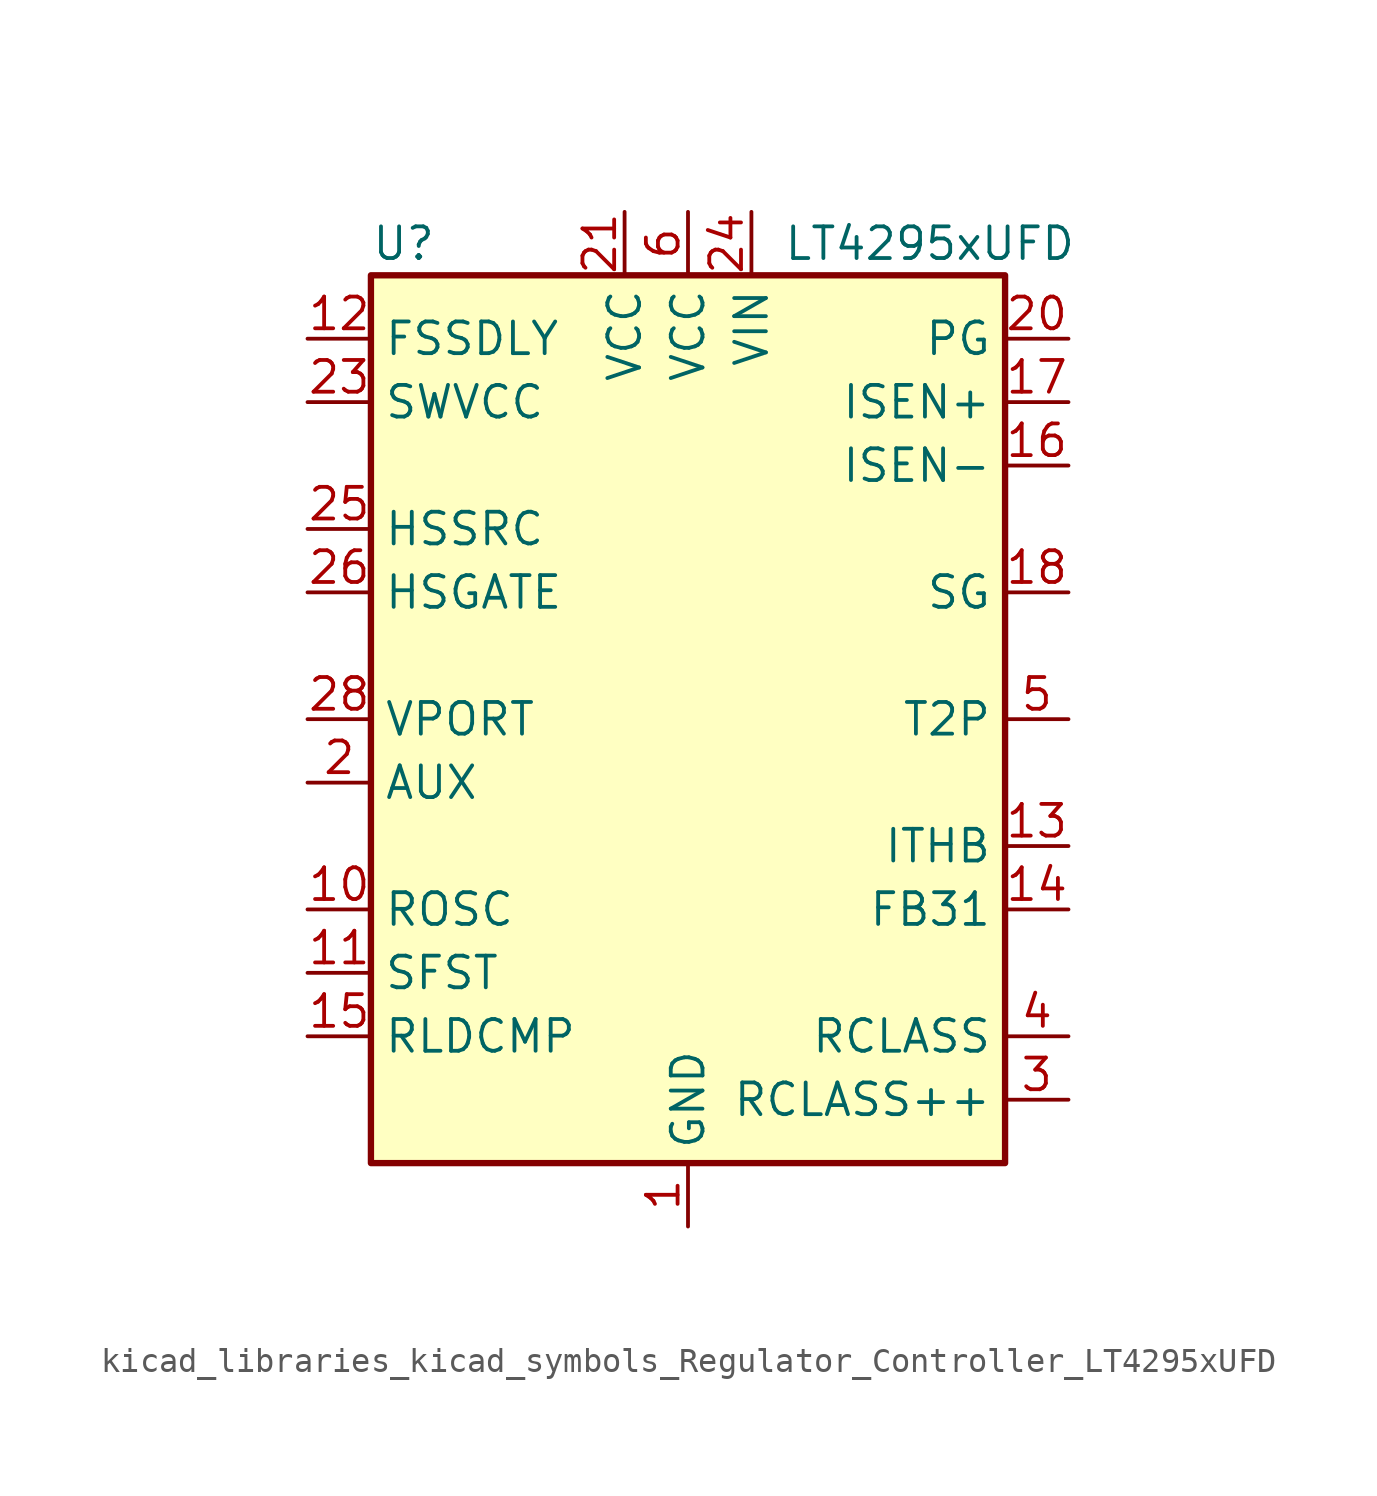
<source format=kicad_sym>
(kicad_symbol_lib
  (version 20220914)
  (generator kicad_symbol_editor)
  (symbol "kicad_libraries_kicad_symbols_Regulator_Controller_LT4295xUFD"
    (property "Reference" "U"
      (at -12.7 19.05 0)
      (effects (font (size 1.27 1.27)) (justify left)))
    (property "Value" "LT4295xUFD"
      (at 3.81 19.05 0)
      (effects (font (size 1.27 1.27)) (justify left)))
    (symbol "kicad_libraries_kicad_symbols_Regulator_Controller_LT4295xUFD_0_1"
      (rectangle (start -12.7 17.78) (end 12.7 -17.78) (stroke (width 0.254) (type default)) (fill (type background))))
    (symbol "kicad_libraries_kicad_symbols_Regulator_Controller_LT4295xUFD_1_1"
      (pin power_in line (at 0 -20.32 90) (length 2.54) (name "GND" (effects (font (size 1.27 1.27)))) (number "1" (effects (font (size 1.27 1.27)))))
      (pin passive line (at -15.24 -7.62 0) (length 2.54) (name "ROSC" (effects (font (size 1.27 1.27)))) (number "10" (effects (font (size 1.27 1.27)))))
      (pin passive line (at -15.24 -10.16 0) (length 2.54) (name "SFST" (effects (font (size 1.27 1.27)))) (number "11" (effects (font (size 1.27 1.27)))))
      (pin input line (at -15.24 15.24 0) (length 2.54) (name "FSSDLY" (effects (font (size 1.27 1.27)))) (number "12" (effects (font (size 1.27 1.27)))))
      (pin input line (at 15.24 -5.08 180) (length 2.54) (name "ITHB" (effects (font (size 1.27 1.27)))) (number "13" (effects (font (size 1.27 1.27)))))
      (pin passive line (at 15.24 -7.62 180) (length 2.54) (name "FB31" (effects (font (size 1.27 1.27)))) (number "14" (effects (font (size 1.27 1.27)))))
      (pin passive line (at -15.24 -12.7 0) (length 2.54) (name "RLDCMP" (effects (font (size 1.27 1.27)))) (number "15" (effects (font (size 1.27 1.27)))))
      (pin passive line (at 15.24 10.16 180) (length 2.54) (name "ISEN-" (effects (font (size 1.27 1.27)))) (number "16" (effects (font (size 1.27 1.27)))))
      (pin passive line (at 15.24 12.7 180) (length 2.54) (name "ISEN+" (effects (font (size 1.27 1.27)))) (number "17" (effects (font (size 1.27 1.27)))))
      (pin output line (at 15.24 5.08 180) (length 2.54) (name "SG" (effects (font (size 1.27 1.27)))) (number "18" (effects (font (size 1.27 1.27)))))
      (pin passive line (at 0 -20.32 90) (length 2.54) hide (name "GND" (effects (font (size 1.27 1.27)))) (number "19" (effects (font (size 1.27 1.27)))))
      (pin input line (at -15.24 -2.54 0) (length 2.54) (name "AUX" (effects (font (size 1.27 1.27)))) (number "2" (effects (font (size 1.27 1.27)))))
      (pin output line (at 15.24 15.24 180) (length 2.54) (name "PG" (effects (font (size 1.27 1.27)))) (number "20" (effects (font (size 1.27 1.27)))))
      (pin power_in line (at -2.54 20.32 270) (length 2.54) (name "VCC" (effects (font (size 1.27 1.27)))) (number "21" (effects (font (size 1.27 1.27)))))
      (pin no_connect line (at -12.7 -15.24 0) (length 2.54) hide (name "DNC" (effects (font (size 1.27 1.27)))) (number "22" (effects (font (size 1.27 1.27)))))
      (pin output line (at -15.24 12.7 0) (length 2.54) (name "SWVCC" (effects (font (size 1.27 1.27)))) (number "23" (effects (font (size 1.27 1.27)))))
      (pin power_in line (at 2.54 20.32 270) (length 2.54) (name "VIN" (effects (font (size 1.27 1.27)))) (number "24" (effects (font (size 1.27 1.27)))))
      (pin input line (at -15.24 7.62 0) (length 2.54) (name "HSSRC" (effects (font (size 1.27 1.27)))) (number "25" (effects (font (size 1.27 1.27)))))
      (pin output line (at -15.24 5.08 0) (length 2.54) (name "HSGATE" (effects (font (size 1.27 1.27)))) (number "26" (effects (font (size 1.27 1.27)))))
      (pin no_connect line (at -12.7 -17.78 0) (length 2.54) hide (name "NC" (effects (font (size 1.27 1.27)))) (number "27" (effects (font (size 1.27 1.27)))))
      (pin input line (at -15.24 0 0) (length 2.54) (name "VPORT" (effects (font (size 1.27 1.27)))) (number "28" (effects (font (size 1.27 1.27)))))
      (pin passive line (at 0 -20.32 90) (length 2.54) hide (name "GND" (effects (font (size 1.27 1.27)))) (number "29" (effects (font (size 1.27 1.27)))))
      (pin passive line (at 15.24 -15.24 180) (length 2.54) (name "RCLASS++" (effects (font (size 1.27 1.27)))) (number "3" (effects (font (size 1.27 1.27)))))
      (pin passive line (at 15.24 -12.7 180) (length 2.54) (name "RCLASS" (effects (font (size 1.27 1.27)))) (number "4" (effects (font (size 1.27 1.27)))))
      (pin open_collector line (at 15.24 0 180) (length 2.54) (name "T2P" (effects (font (size 1.27 1.27)))) (number "5" (effects (font (size 1.27 1.27)))))
      (pin power_in line (at 0 20.32 270) (length 2.54) (name "VCC" (effects (font (size 1.27 1.27)))) (number "6" (effects (font (size 1.27 1.27)))))
      (pin passive line (at 0 20.32 270) (length 2.54) hide (name "VCC" (effects (font (size 1.27 1.27)))) (number "7" (effects (font (size 1.27 1.27)))))
      (pin passive line (at 0 20.32 270) (length 2.54) hide (name "VCC" (effects (font (size 1.27 1.27)))) (number "8" (effects (font (size 1.27 1.27)))))
      (pin passive line (at 0 20.32 270) (length 2.54) hide (name "VCC" (effects (font (size 1.27 1.27)))) (number "9" (effects (font (size 1.27 1.27))))))))
</source>
